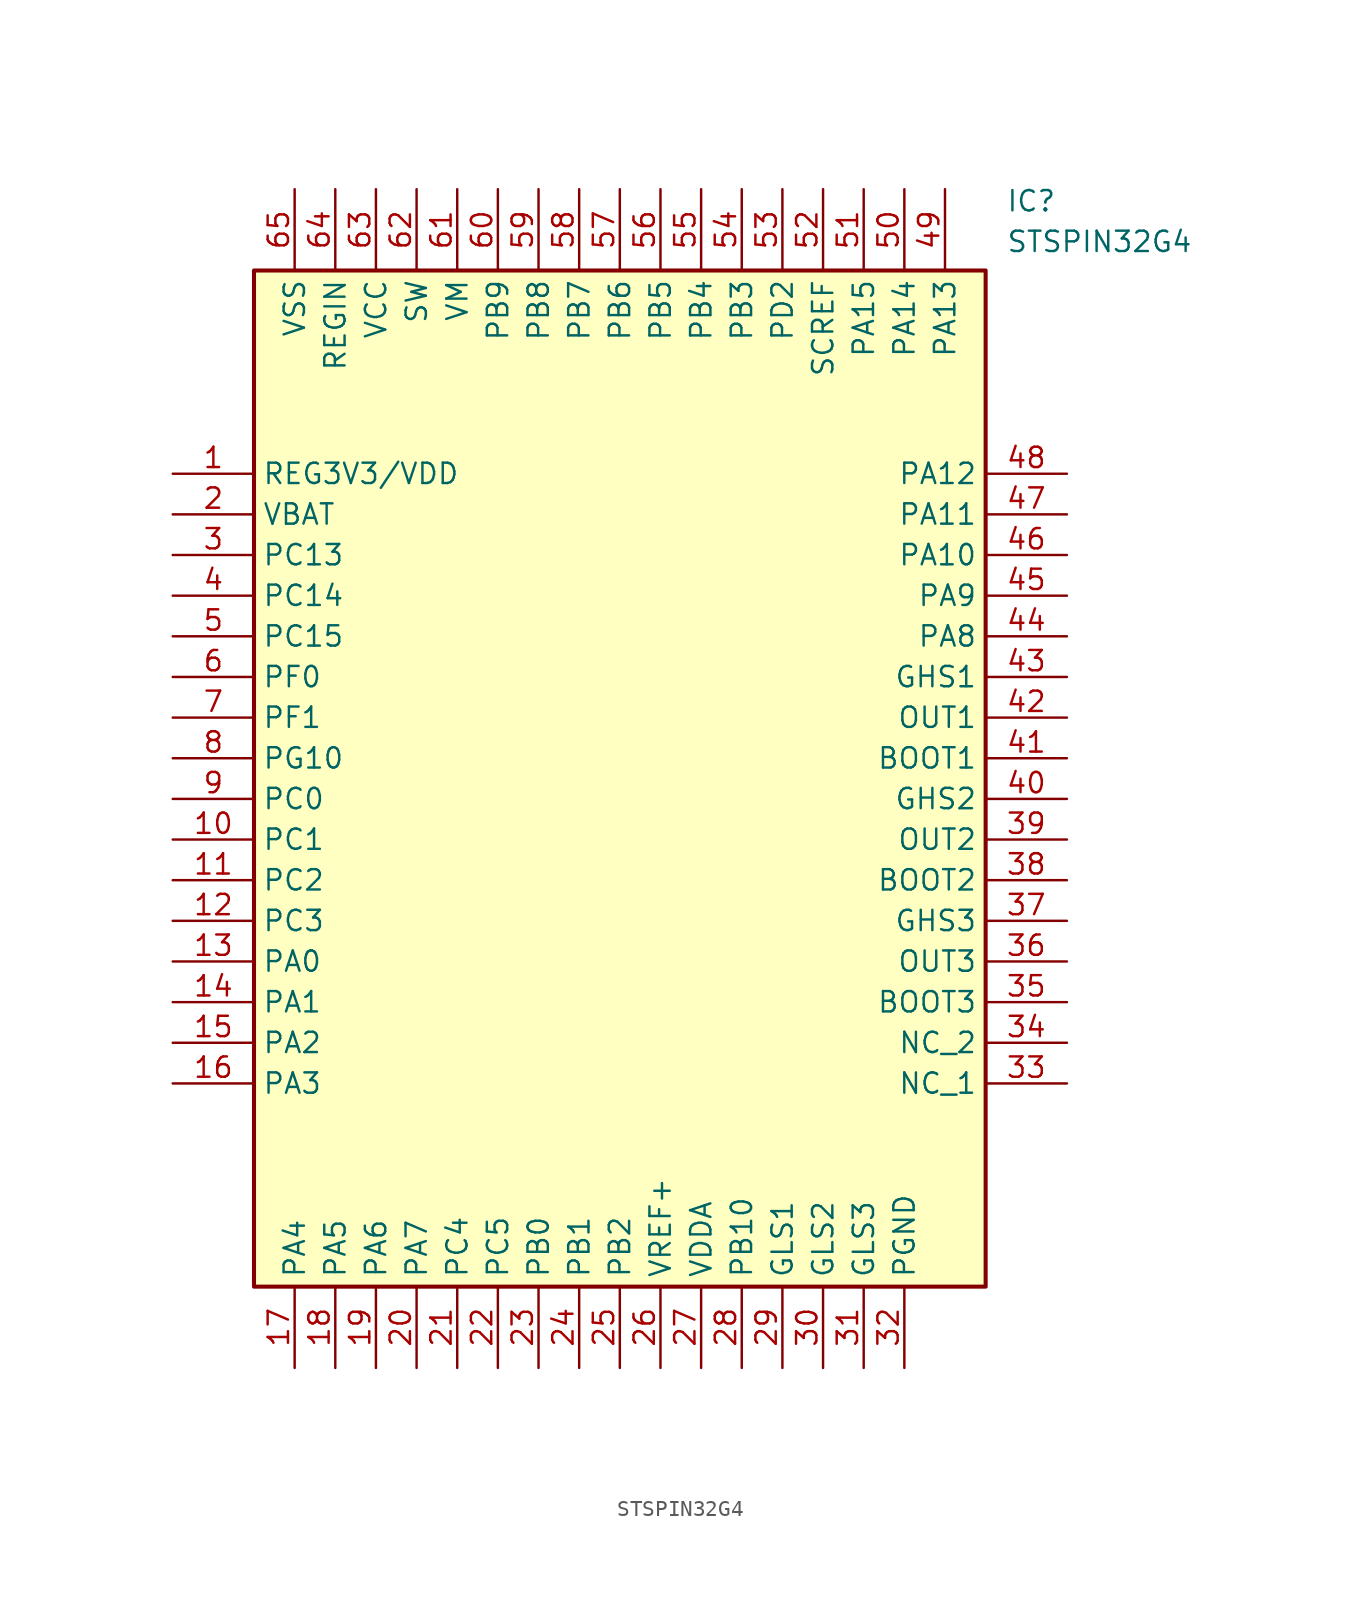
<source format=kicad_sym>
(kicad_symbol_lib
  (version 20211014)
  (generator SamacSys_ECAD_Model)
  (symbol "STSPIN32G4"
    (property "Reference" "IC"
      (at 52.07 17.78 0)
      (effects (font (size 1.27 1.27)) (justify left top)))
    (property "Value" "STSPIN32G4"
      (at 52.07 15.24 0)
      (effects (font (size 1.27 1.27)) (justify left top)))
    (rectangle
      (start 5.08 12.7)
      (end 50.8 -50.8)
      (stroke (width 0.254) (type default))
      (fill (type background)))
    (pin passive line
      (at 0 0 0)
      (length 5.08)
      (name "REG3V3/VDD" (effects (font (size 1.27 1.27))))
      (number "1" (effects (font (size 1.27 1.27)))))
    (pin passive line
      (at 0 -2.54 0)
      (length 5.08)
      (name "VBAT" (effects (font (size 1.27 1.27))))
      (number "2" (effects (font (size 1.27 1.27)))))
    (pin passive line
      (at 0 -5.08 0)
      (length 5.08)
      (name "PC13" (effects (font (size 1.27 1.27))))
      (number "3" (effects (font (size 1.27 1.27)))))
    (pin passive line
      (at 0 -7.62 0)
      (length 5.08)
      (name "PC14" (effects (font (size 1.27 1.27))))
      (number "4" (effects (font (size 1.27 1.27)))))
    (pin passive line
      (at 0 -10.16 0)
      (length 5.08)
      (name "PC15" (effects (font (size 1.27 1.27))))
      (number "5" (effects (font (size 1.27 1.27)))))
    (pin passive line
      (at 0 -12.7 0)
      (length 5.08)
      (name "PF0" (effects (font (size 1.27 1.27))))
      (number "6" (effects (font (size 1.27 1.27)))))
    (pin passive line
      (at 0 -15.24 0)
      (length 5.08)
      (name "PF1" (effects (font (size 1.27 1.27))))
      (number "7" (effects (font (size 1.27 1.27)))))
    (pin passive line
      (at 0 -17.78 0)
      (length 5.08)
      (name "PG10" (effects (font (size 1.27 1.27))))
      (number "8" (effects (font (size 1.27 1.27)))))
    (pin passive line
      (at 0 -20.32 0)
      (length 5.08)
      (name "PC0" (effects (font (size 1.27 1.27))))
      (number "9" (effects (font (size 1.27 1.27)))))
    (pin passive line
      (at 0 -22.86 0)
      (length 5.08)
      (name "PC1" (effects (font (size 1.27 1.27))))
      (number "10" (effects (font (size 1.27 1.27)))))
    (pin passive line
      (at 0 -25.4 0)
      (length 5.08)
      (name "PC2" (effects (font (size 1.27 1.27))))
      (number "11" (effects (font (size 1.27 1.27)))))
    (pin passive line
      (at 0 -27.94 0)
      (length 5.08)
      (name "PC3" (effects (font (size 1.27 1.27))))
      (number "12" (effects (font (size 1.27 1.27)))))
    (pin passive line
      (at 0 -30.48 0)
      (length 5.08)
      (name "PA0" (effects (font (size 1.27 1.27))))
      (number "13" (effects (font (size 1.27 1.27)))))
    (pin passive line
      (at 0 -33.02 0)
      (length 5.08)
      (name "PA1" (effects (font (size 1.27 1.27))))
      (number "14" (effects (font (size 1.27 1.27)))))
    (pin passive line
      (at 0 -35.56 0)
      (length 5.08)
      (name "PA2" (effects (font (size 1.27 1.27))))
      (number "15" (effects (font (size 1.27 1.27)))))
    (pin passive line
      (at 0 -38.1 0)
      (length 5.08)
      (name "PA3" (effects (font (size 1.27 1.27))))
      (number "16" (effects (font (size 1.27 1.27)))))
    (pin passive line
      (at 7.62 -55.88 90)
      (length 5.08)
      (name "PA4" (effects (font (size 1.27 1.27))))
      (number "17" (effects (font (size 1.27 1.27)))))
    (pin passive line
      (at 10.16 -55.88 90)
      (length 5.08)
      (name "PA5" (effects (font (size 1.27 1.27))))
      (number "18" (effects (font (size 1.27 1.27)))))
    (pin passive line
      (at 12.7 -55.88 90)
      (length 5.08)
      (name "PA6" (effects (font (size 1.27 1.27))))
      (number "19" (effects (font (size 1.27 1.27)))))
    (pin passive line
      (at 15.24 -55.88 90)
      (length 5.08)
      (name "PA7" (effects (font (size 1.27 1.27))))
      (number "20" (effects (font (size 1.27 1.27)))))
    (pin passive line
      (at 17.78 -55.88 90)
      (length 5.08)
      (name "PC4" (effects (font (size 1.27 1.27))))
      (number "21" (effects (font (size 1.27 1.27)))))
    (pin passive line
      (at 20.32 -55.88 90)
      (length 5.08)
      (name "PC5" (effects (font (size 1.27 1.27))))
      (number "22" (effects (font (size 1.27 1.27)))))
    (pin passive line
      (at 22.86 -55.88 90)
      (length 5.08)
      (name "PB0" (effects (font (size 1.27 1.27))))
      (number "23" (effects (font (size 1.27 1.27)))))
    (pin passive line
      (at 25.4 -55.88 90)
      (length 5.08)
      (name "PB1" (effects (font (size 1.27 1.27))))
      (number "24" (effects (font (size 1.27 1.27)))))
    (pin passive line
      (at 27.94 -55.88 90)
      (length 5.08)
      (name "PB2" (effects (font (size 1.27 1.27))))
      (number "25" (effects (font (size 1.27 1.27)))))
    (pin passive line
      (at 30.48 -55.88 90)
      (length 5.08)
      (name "VREF+" (effects (font (size 1.27 1.27))))
      (number "26" (effects (font (size 1.27 1.27)))))
    (pin passive line
      (at 33.02 -55.88 90)
      (length 5.08)
      (name "VDDA" (effects (font (size 1.27 1.27))))
      (number "27" (effects (font (size 1.27 1.27)))))
    (pin passive line
      (at 35.56 -55.88 90)
      (length 5.08)
      (name "PB10" (effects (font (size 1.27 1.27))))
      (number "28" (effects (font (size 1.27 1.27)))))
    (pin passive line
      (at 38.1 -55.88 90)
      (length 5.08)
      (name "GLS1" (effects (font (size 1.27 1.27))))
      (number "29" (effects (font (size 1.27 1.27)))))
    (pin passive line
      (at 40.64 -55.88 90)
      (length 5.08)
      (name "GLS2" (effects (font (size 1.27 1.27))))
      (number "30" (effects (font (size 1.27 1.27)))))
    (pin passive line
      (at 43.18 -55.88 90)
      (length 5.08)
      (name "GLS3" (effects (font (size 1.27 1.27))))
      (number "31" (effects (font (size 1.27 1.27)))))
    (pin passive line
      (at 45.72 -55.88 90)
      (length 5.08)
      (name "PGND" (effects (font (size 1.27 1.27))))
      (number "32" (effects (font (size 1.27 1.27)))))
    (pin passive line
      (at 55.88 0 180)
      (length 5.08)
      (name "PA12" (effects (font (size 1.27 1.27))))
      (number "48" (effects (font (size 1.27 1.27)))))
    (pin passive line
      (at 55.88 -2.54 180)
      (length 5.08)
      (name "PA11" (effects (font (size 1.27 1.27))))
      (number "47" (effects (font (size 1.27 1.27)))))
    (pin passive line
      (at 55.88 -5.08 180)
      (length 5.08)
      (name "PA10" (effects (font (size 1.27 1.27))))
      (number "46" (effects (font (size 1.27 1.27)))))
    (pin passive line
      (at 55.88 -7.62 180)
      (length 5.08)
      (name "PA9" (effects (font (size 1.27 1.27))))
      (number "45" (effects (font (size 1.27 1.27)))))
    (pin passive line
      (at 55.88 -10.16 180)
      (length 5.08)
      (name "PA8" (effects (font (size 1.27 1.27))))
      (number "44" (effects (font (size 1.27 1.27)))))
    (pin passive line
      (at 55.88 -12.7 180)
      (length 5.08)
      (name "GHS1" (effects (font (size 1.27 1.27))))
      (number "43" (effects (font (size 1.27 1.27)))))
    (pin passive line
      (at 55.88 -15.24 180)
      (length 5.08)
      (name "OUT1" (effects (font (size 1.27 1.27))))
      (number "42" (effects (font (size 1.27 1.27)))))
    (pin passive line
      (at 55.88 -17.78 180)
      (length 5.08)
      (name "BOOT1" (effects (font (size 1.27 1.27))))
      (number "41" (effects (font (size 1.27 1.27)))))
    (pin passive line
      (at 55.88 -20.32 180)
      (length 5.08)
      (name "GHS2" (effects (font (size 1.27 1.27))))
      (number "40" (effects (font (size 1.27 1.27)))))
    (pin passive line
      (at 55.88 -22.86 180)
      (length 5.08)
      (name "OUT2" (effects (font (size 1.27 1.27))))
      (number "39" (effects (font (size 1.27 1.27)))))
    (pin passive line
      (at 55.88 -25.4 180)
      (length 5.08)
      (name "BOOT2" (effects (font (size 1.27 1.27))))
      (number "38" (effects (font (size 1.27 1.27)))))
    (pin passive line
      (at 55.88 -27.94 180)
      (length 5.08)
      (name "GHS3" (effects (font (size 1.27 1.27))))
      (number "37" (effects (font (size 1.27 1.27)))))
    (pin passive line
      (at 55.88 -30.48 180)
      (length 5.08)
      (name "OUT3" (effects (font (size 1.27 1.27))))
      (number "36" (effects (font (size 1.27 1.27)))))
    (pin passive line
      (at 55.88 -33.02 180)
      (length 5.08)
      (name "BOOT3" (effects (font (size 1.27 1.27))))
      (number "35" (effects (font (size 1.27 1.27)))))
    (pin passive line
      (at 55.88 -35.56 180)
      (length 5.08)
      (name "NC_2" (effects (font (size 1.27 1.27))))
      (number "34" (effects (font (size 1.27 1.27)))))
    (pin passive line
      (at 55.88 -38.1 180)
      (length 5.08)
      (name "NC_1" (effects (font (size 1.27 1.27))))
      (number "33" (effects (font (size 1.27 1.27)))))
    (pin passive line
      (at 7.62 17.78 270)
      (length 5.08)
      (name "VSS" (effects (font (size 1.27 1.27))))
      (number "65" (effects (font (size 1.27 1.27)))))
    (pin passive line
      (at 10.16 17.78 270)
      (length 5.08)
      (name "REGIN" (effects (font (size 1.27 1.27))))
      (number "64" (effects (font (size 1.27 1.27)))))
    (pin passive line
      (at 12.7 17.78 270)
      (length 5.08)
      (name "VCC" (effects (font (size 1.27 1.27))))
      (number "63" (effects (font (size 1.27 1.27)))))
    (pin passive line
      (at 15.24 17.78 270)
      (length 5.08)
      (name "SW" (effects (font (size 1.27 1.27))))
      (number "62" (effects (font (size 1.27 1.27)))))
    (pin passive line
      (at 17.78 17.78 270)
      (length 5.08)
      (name "VM" (effects (font (size 1.27 1.27))))
      (number "61" (effects (font (size 1.27 1.27)))))
    (pin passive line
      (at 20.32 17.78 270)
      (length 5.08)
      (name "PB9" (effects (font (size 1.27 1.27))))
      (number "60" (effects (font (size 1.27 1.27)))))
    (pin passive line
      (at 22.86 17.78 270)
      (length 5.08)
      (name "PB8" (effects (font (size 1.27 1.27))))
      (number "59" (effects (font (size 1.27 1.27)))))
    (pin passive line
      (at 25.4 17.78 270)
      (length 5.08)
      (name "PB7" (effects (font (size 1.27 1.27))))
      (number "58" (effects (font (size 1.27 1.27)))))
    (pin passive line
      (at 27.94 17.78 270)
      (length 5.08)
      (name "PB6" (effects (font (size 1.27 1.27))))
      (number "57" (effects (font (size 1.27 1.27)))))
    (pin passive line
      (at 30.48 17.78 270)
      (length 5.08)
      (name "PB5" (effects (font (size 1.27 1.27))))
      (number "56" (effects (font (size 1.27 1.27)))))
    (pin passive line
      (at 33.02 17.78 270)
      (length 5.08)
      (name "PB4" (effects (font (size 1.27 1.27))))
      (number "55" (effects (font (size 1.27 1.27)))))
    (pin passive line
      (at 35.56 17.78 270)
      (length 5.08)
      (name "PB3" (effects (font (size 1.27 1.27))))
      (number "54" (effects (font (size 1.27 1.27)))))
    (pin passive line
      (at 38.1 17.78 270)
      (length 5.08)
      (name "PD2" (effects (font (size 1.27 1.27))))
      (number "53" (effects (font (size 1.27 1.27)))))
    (pin passive line
      (at 40.64 17.78 270)
      (length 5.08)
      (name "SCREF" (effects (font (size 1.27 1.27))))
      (number "52" (effects (font (size 1.27 1.27)))))
    (pin passive line
      (at 43.18 17.78 270)
      (length 5.08)
      (name "PA15" (effects (font (size 1.27 1.27))))
      (number "51" (effects (font (size 1.27 1.27)))))
    (pin passive line
      (at 45.72 17.78 270)
      (length 5.08)
      (name "PA14" (effects (font (size 1.27 1.27))))
      (number "50" (effects (font (size 1.27 1.27)))))
    (pin passive line
      (at 48.26 17.78 270)
      (length 5.08)
      (name "PA13" (effects (font (size 1.27 1.27))))
      (number "49" (effects (font (size 1.27 1.27)))))))
</source>
